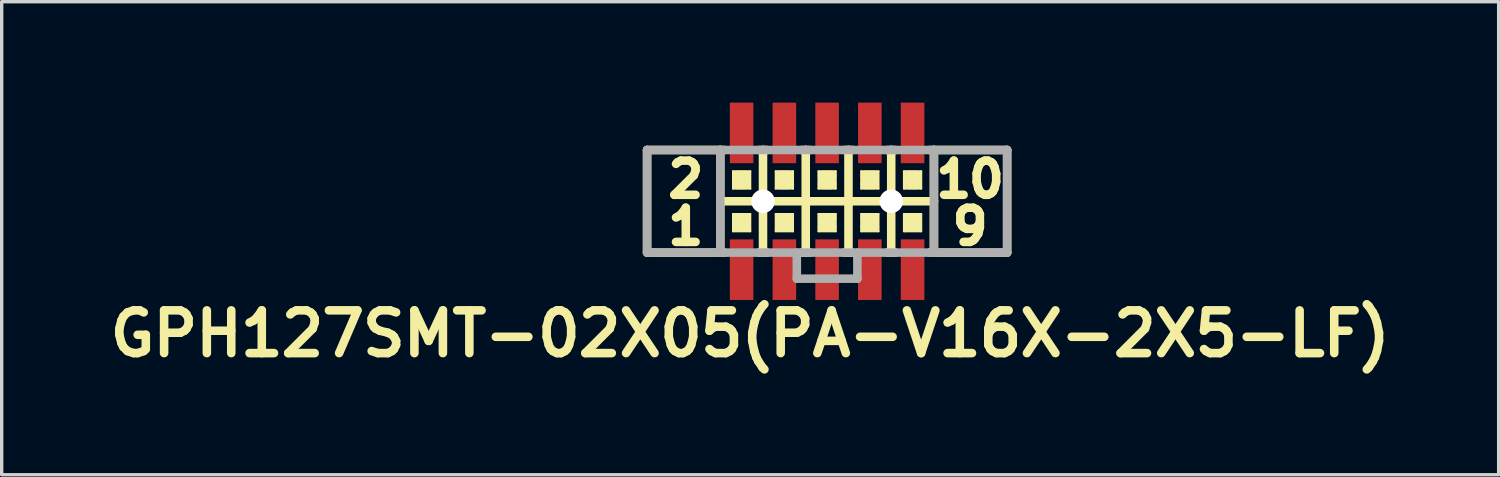
<source format=kicad_pcb>
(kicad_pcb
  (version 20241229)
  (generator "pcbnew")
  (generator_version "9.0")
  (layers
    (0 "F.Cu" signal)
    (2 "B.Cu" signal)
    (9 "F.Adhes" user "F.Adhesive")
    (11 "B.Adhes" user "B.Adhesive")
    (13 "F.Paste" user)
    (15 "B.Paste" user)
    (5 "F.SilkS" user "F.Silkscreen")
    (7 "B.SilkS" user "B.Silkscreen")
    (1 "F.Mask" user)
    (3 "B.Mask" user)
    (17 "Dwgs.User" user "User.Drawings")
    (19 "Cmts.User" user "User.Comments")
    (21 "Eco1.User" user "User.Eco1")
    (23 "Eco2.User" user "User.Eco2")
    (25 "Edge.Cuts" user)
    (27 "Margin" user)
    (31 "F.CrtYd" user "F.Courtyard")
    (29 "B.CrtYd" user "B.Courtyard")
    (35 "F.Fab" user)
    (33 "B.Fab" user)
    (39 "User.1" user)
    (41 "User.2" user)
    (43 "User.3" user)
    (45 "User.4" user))
  (footprint "GPH127SMT-02X05(PA-V16X-2X5-LF)"
    (layer "F.Cu")
    (at 21.53 2.932)
    (property "Reference" "GPH127SMT-02X05(PA-V16X-2X5-LF)" (at -2.286 3.937 0) (layer "F.SilkS") (effects (font (size 1.27 1.27) (thickness 0.254))))
    (attr smd)
    (fp_line (start -5.35 -1.524) (end -5.35 1.524) (stroke (width 0.254) (type solid)) (layer "F.SilkS"))
    (fp_line (start -3.175 -1.524) (end -5.35 -1.524) (stroke (width 0.254) (type solid)) (layer "F.SilkS"))
    (fp_line (start -3.175 -1.524) (end -3.175 0) (stroke (width 0.254) (type solid)) (layer "F.SilkS"))
    (fp_line (start -3.175 0) (end -3.175 1.524) (stroke (width 0.254) (type solid)) (layer "F.SilkS"))
    (fp_line (start -3.175 0) (end -1.905 0) (stroke (width 0.254) (type solid)) (layer "F.SilkS"))
    (fp_line (start -3.175 1.524) (end -5.35 1.524) (stroke (width 0.254) (type solid)) (layer "F.SilkS"))
    (fp_line (start -3.175 1.524) (end -3.048 1.524) (stroke (width 0.254) (type solid)) (layer "F.SilkS"))
    (fp_line (start -3.048 -1.524) (end -3.175 -1.524) (stroke (width 0.254) (type solid)) (layer "F.SilkS"))
    (fp_line (start -2.794 -0.889) (end -2.286 -0.889) (stroke (width 0.066) (type solid)) (layer "F.SilkS"))
    (fp_line (start -2.794 -0.381) (end -2.794 -0.889) (stroke (width 0.066) (type solid)) (layer "F.SilkS"))
    (fp_line (start -2.794 -0.381) (end -2.286 -0.381) (stroke (width 0.066) (type solid)) (layer "F.SilkS"))
    (fp_line (start -2.794 0.381) (end -2.286 0.381) (stroke (width 0.066) (type solid)) (layer "F.SilkS"))
    (fp_line (start -2.794 0.889) (end -2.794 0.381) (stroke (width 0.066) (type solid)) (layer "F.SilkS"))
    (fp_line (start -2.794 0.889) (end -2.286 0.889) (stroke (width 0.066) (type solid)) (layer "F.SilkS"))
    (fp_line (start -2.667 -0.762) (end -2.413 -0.762) (stroke (width 0.3) (type solid)) (layer "F.SilkS"))
    (fp_line (start -2.667 -0.508) (end -2.667 -0.762) (stroke (width 0.254) (type solid)) (layer "F.SilkS"))
    (fp_line (start -2.667 0.508) (end -2.413 0.508) (stroke (width 0.3) (type solid)) (layer "F.SilkS"))
    (fp_line (start -2.667 0.762) (end -2.667 0.508) (stroke (width 0.254) (type solid)) (layer "F.SilkS"))
    (fp_line (start -2.413 -0.762) (end -2.413 -0.508) (stroke (width 0.254) (type solid)) (layer "F.SilkS"))
    (fp_line (start -2.413 -0.508) (end -2.667 -0.508) (stroke (width 0.3) (type solid)) (layer "F.SilkS"))
    (fp_line (start -2.413 0.508) (end -2.413 0.762) (stroke (width 0.254) (type solid)) (layer "F.SilkS"))
    (fp_line (start -2.413 0.762) (end -2.667 0.762) (stroke (width 0.3) (type solid)) (layer "F.SilkS"))
    (fp_line (start -2.286 -0.381) (end -2.286 -0.889) (stroke (width 0.066) (type solid)) (layer "F.SilkS"))
    (fp_line (start -2.286 0.889) (end -2.286 0.381) (stroke (width 0.066) (type solid)) (layer "F.SilkS"))
    (fp_line (start -2.032 -1.524) (end -1.905 -1.524) (stroke (width 0.254) (type solid)) (layer "F.SilkS"))
    (fp_line (start -2.032 1.524) (end -1.905 1.524) (stroke (width 0.254) (type solid)) (layer "F.SilkS"))
    (fp_line (start -1.905 -1.524) (end -1.778 -1.524) (stroke (width 0.254) (type solid)) (layer "F.SilkS"))
    (fp_line (start -1.905 0) (end -1.905 -1.524) (stroke (width 0.254) (type solid)) (layer "F.SilkS"))
    (fp_line (start -1.905 0) (end -0.635 0) (stroke (width 0.254) (type solid)) (layer "F.SilkS"))
    (fp_line (start -1.905 1.524) (end -1.905 0) (stroke (width 0.254) (type solid)) (layer "F.SilkS"))
    (fp_line (start -1.905 1.524) (end -1.778 1.524) (stroke (width 0.254) (type solid)) (layer "F.SilkS"))
    (fp_line (start -1.524 -0.889) (end -1.016 -0.889) (stroke (width 0.066) (type solid)) (layer "F.SilkS"))
    (fp_line (start -1.524 -0.381) (end -1.524 -0.889) (stroke (width 0.066) (type solid)) (layer "F.SilkS"))
    (fp_line (start -1.524 -0.381) (end -1.016 -0.381) (stroke (width 0.066) (type solid)) (layer "F.SilkS"))
    (fp_line (start -1.524 0.381) (end -1.016 0.381) (stroke (width 0.066) (type solid)) (layer "F.SilkS"))
    (fp_line (start -1.524 0.889) (end -1.524 0.381) (stroke (width 0.066) (type solid)) (layer "F.SilkS"))
    (fp_line (start -1.524 0.889) (end -1.016 0.889) (stroke (width 0.066) (type solid)) (layer "F.SilkS"))
    (fp_line (start -1.397 -0.762) (end -1.143 -0.762) (stroke (width 0.3) (type solid)) (layer "F.SilkS"))
    (fp_line (start -1.397 -0.508) (end -1.397 -0.762) (stroke (width 0.254) (type solid)) (layer "F.SilkS"))
    (fp_line (start -1.397 0.508) (end -1.143 0.508) (stroke (width 0.3) (type solid)) (layer "F.SilkS"))
    (fp_line (start -1.397 0.762) (end -1.397 0.508) (stroke (width 0.254) (type solid)) (layer "F.SilkS"))
    (fp_line (start -1.143 -0.762) (end -1.143 -0.508) (stroke (width 0.254) (type solid)) (layer "F.SilkS"))
    (fp_line (start -1.143 -0.508) (end -1.397 -0.508) (stroke (width 0.3) (type solid)) (layer "F.SilkS"))
    (fp_line (start -1.143 0.508) (end -1.143 0.762) (stroke (width 0.254) (type solid)) (layer "F.SilkS"))
    (fp_line (start -1.143 0.762) (end -1.397 0.762) (stroke (width 0.3) (type solid)) (layer "F.SilkS"))
    (fp_line (start -1.016 -0.381) (end -1.016 -0.889) (stroke (width 0.066) (type solid)) (layer "F.SilkS"))
    (fp_line (start -1.016 0.889) (end -1.016 0.381) (stroke (width 0.066) (type solid)) (layer "F.SilkS"))
    (fp_line (start -0.762 -1.524) (end -0.635 -1.524) (stroke (width 0.254) (type solid)) (layer "F.SilkS"))
    (fp_line (start -0.762 1.524) (end -0.635 1.524) (stroke (width 0.254) (type solid)) (layer "F.SilkS"))
    (fp_line (start -0.635 -1.524) (end -0.508 -1.524) (stroke (width 0.254) (type solid)) (layer "F.SilkS"))
    (fp_line (start -0.635 0) (end -0.635 -1.524) (stroke (width 0.254) (type solid)) (layer "F.SilkS"))
    (fp_line (start -0.635 0) (end 0.635 0) (stroke (width 0.254) (type solid)) (layer "F.SilkS"))
    (fp_line (start -0.635 1.524) (end -0.635 0) (stroke (width 0.254) (type solid)) (layer "F.SilkS"))
    (fp_line (start -0.635 1.524) (end -0.508 1.524) (stroke (width 0.254) (type solid)) (layer "F.SilkS"))
    (fp_line (start -0.254 -0.889) (end 0.254 -0.889) (stroke (width 0.066) (type solid)) (layer "F.SilkS"))
    (fp_line (start -0.254 -0.381) (end -0.254 -0.889) (stroke (width 0.066) (type solid)) (layer "F.SilkS"))
    (fp_line (start -0.254 -0.381) (end 0.254 -0.381) (stroke (width 0.066) (type solid)) (layer "F.SilkS"))
    (fp_line (start -0.254 0.381) (end 0.254 0.381) (stroke (width 0.066) (type solid)) (layer "F.SilkS"))
    (fp_line (start -0.254 0.889) (end -0.254 0.381) (stroke (width 0.066) (type solid)) (layer "F.SilkS"))
    (fp_line (start -0.254 0.889) (end 0.254 0.889) (stroke (width 0.066) (type solid)) (layer "F.SilkS"))
    (fp_line (start -0.127 -0.762) (end 0.127 -0.762) (stroke (width 0.3) (type solid)) (layer "F.SilkS"))
    (fp_line (start -0.127 -0.508) (end -0.127 -0.762) (stroke (width 0.254) (type solid)) (layer "F.SilkS"))
    (fp_line (start -0.127 0.508) (end 0.127 0.508) (stroke (width 0.3) (type solid)) (layer "F.SilkS"))
    (fp_line (start -0.127 0.762) (end -0.127 0.508) (stroke (width 0.254) (type solid)) (layer "F.SilkS"))
    (fp_line (start 0.127 -0.762) (end 0.127 -0.508) (stroke (width 0.254) (type solid)) (layer "F.SilkS"))
    (fp_line (start 0.127 -0.508) (end -0.127 -0.508) (stroke (width 0.3) (type solid)) (layer "F.SilkS"))
    (fp_line (start 0.127 0.508) (end 0.127 0.762) (stroke (width 0.254) (type solid)) (layer "F.SilkS"))
    (fp_line (start 0.127 0.762) (end -0.127 0.762) (stroke (width 0.3) (type solid)) (layer "F.SilkS"))
    (fp_line (start 0.254 -0.381) (end 0.254 -0.889) (stroke (width 0.066) (type solid)) (layer "F.SilkS"))
    (fp_line (start 0.254 0.889) (end 0.254 0.381) (stroke (width 0.066) (type solid)) (layer "F.SilkS"))
    (fp_line (start 0.508 -1.524) (end 0.635 -1.524) (stroke (width 0.254) (type solid)) (layer "F.SilkS"))
    (fp_line (start 0.508 1.524) (end 0.635 1.524) (stroke (width 0.254) (type solid)) (layer "F.SilkS"))
    (fp_line (start 0.635 -1.524) (end 0.762 -1.524) (stroke (width 0.254) (type solid)) (layer "F.SilkS"))
    (fp_line (start 0.635 0) (end 0.635 -1.524) (stroke (width 0.254) (type solid)) (layer "F.SilkS"))
    (fp_line (start 0.635 0) (end 1.905 0) (stroke (width 0.254) (type solid)) (layer "F.SilkS"))
    (fp_line (start 0.635 1.524) (end 0.635 0) (stroke (width 0.254) (type solid)) (layer "F.SilkS"))
    (fp_line (start 0.635 1.524) (end 0.762 1.524) (stroke (width 0.254) (type solid)) (layer "F.SilkS"))
    (fp_line (start 1.016 -0.889) (end 1.524 -0.889) (stroke (width 0.066) (type solid)) (layer "F.SilkS"))
    (fp_line (start 1.016 -0.381) (end 1.016 -0.889) (stroke (width 0.066) (type solid)) (layer "F.SilkS"))
    (fp_line (start 1.016 -0.381) (end 1.524 -0.381) (stroke (width 0.066) (type solid)) (layer "F.SilkS"))
    (fp_line (start 1.016 0.381) (end 1.524 0.381) (stroke (width 0.066) (type solid)) (layer "F.SilkS"))
    (fp_line (start 1.016 0.889) (end 1.016 0.381) (stroke (width 0.066) (type solid)) (layer "F.SilkS"))
    (fp_line (start 1.016 0.889) (end 1.524 0.889) (stroke (width 0.066) (type solid)) (layer "F.SilkS"))
    (fp_line (start 1.143 -0.762) (end 1.397 -0.762) (stroke (width 0.3) (type solid)) (layer "F.SilkS"))
    (fp_line (start 1.143 -0.508) (end 1.143 -0.762) (stroke (width 0.254) (type solid)) (layer "F.SilkS"))
    (fp_line (start 1.143 0.508) (end 1.397 0.508) (stroke (width 0.3) (type solid)) (layer "F.SilkS"))
    (fp_line (start 1.143 0.762) (end 1.143 0.508) (stroke (width 0.254) (type solid)) (layer "F.SilkS"))
    (fp_line (start 1.397 -0.762) (end 1.397 -0.508) (stroke (width 0.254) (type solid)) (layer "F.SilkS"))
    (fp_line (start 1.397 -0.508) (end 1.143 -0.508) (stroke (width 0.3) (type solid)) (layer "F.SilkS"))
    (fp_line (start 1.397 0.508) (end 1.397 0.762) (stroke (width 0.254) (type solid)) (layer "F.SilkS"))
    (fp_line (start 1.397 0.762) (end 1.143 0.762) (stroke (width 0.3) (type solid)) (layer "F.SilkS"))
    (fp_line (start 1.524 -0.381) (end 1.524 -0.889) (stroke (width 0.066) (type solid)) (layer "F.SilkS"))
    (fp_line (start 1.524 0.889) (end 1.524 0.381) (stroke (width 0.066) (type solid)) (layer "F.SilkS"))
    (fp_line (start 1.778 -1.524) (end 1.905 -1.524) (stroke (width 0.254) (type solid)) (layer "F.SilkS"))
    (fp_line (start 1.778 1.524) (end 1.905 1.524) (stroke (width 0.254) (type solid)) (layer "F.SilkS"))
    (fp_line (start 1.905 -1.524) (end 2.032 -1.524) (stroke (width 0.254) (type solid)) (layer "F.SilkS"))
    (fp_line (start 1.905 0) (end 1.905 -1.524) (stroke (width 0.254) (type solid)) (layer "F.SilkS"))
    (fp_line (start 1.905 0) (end 3.175 0) (stroke (width 0.254) (type solid)) (layer "F.SilkS"))
    (fp_line (start 1.905 1.524) (end 1.905 0) (stroke (width 0.254) (type solid)) (layer "F.SilkS"))
    (fp_line (start 1.905 1.524) (end 2.032 1.524) (stroke (width 0.254) (type solid)) (layer "F.SilkS"))
    (fp_line (start 2.286 -0.889) (end 2.794 -0.889) (stroke (width 0.066) (type solid)) (layer "F.SilkS"))
    (fp_line (start 2.286 -0.381) (end 2.286 -0.889) (stroke (width 0.066) (type solid)) (layer "F.SilkS"))
    (fp_line (start 2.286 -0.381) (end 2.794 -0.381) (stroke (width 0.066) (type solid)) (layer "F.SilkS"))
    (fp_line (start 2.286 0.381) (end 2.794 0.381) (stroke (width 0.066) (type solid)) (layer "F.SilkS"))
    (fp_line (start 2.286 0.889) (end 2.286 0.381) (stroke (width 0.066) (type solid)) (layer "F.SilkS"))
    (fp_line (start 2.286 0.889) (end 2.794 0.889) (stroke (width 0.066) (type solid)) (layer "F.SilkS"))
    (fp_line (start 2.413 -0.762) (end 2.667 -0.762) (stroke (width 0.3) (type solid)) (layer "F.SilkS"))
    (fp_line (start 2.413 -0.508) (end 2.413 -0.762) (stroke (width 0.254) (type solid)) (layer "F.SilkS"))
    (fp_line (start 2.413 0.508) (end 2.667 0.508) (stroke (width 0.3) (type solid)) (layer "F.SilkS"))
    (fp_line (start 2.413 0.762) (end 2.413 0.508) (stroke (width 0.254) (type solid)) (layer "F.SilkS"))
    (fp_line (start 2.667 -0.762) (end 2.667 -0.508) (stroke (width 0.254) (type solid)) (layer "F.SilkS"))
    (fp_line (start 2.667 -0.508) (end 2.413 -0.508) (stroke (width 0.3) (type solid)) (layer "F.SilkS"))
    (fp_line (start 2.667 0.508) (end 2.667 0.762) (stroke (width 0.254) (type solid)) (layer "F.SilkS"))
    (fp_line (start 2.667 0.762) (end 2.413 0.762) (stroke (width 0.3) (type solid)) (layer "F.SilkS"))
    (fp_line (start 2.794 -0.381) (end 2.794 -0.889) (stroke (width 0.066) (type solid)) (layer "F.SilkS"))
    (fp_line (start 2.794 0.889) (end 2.794 0.381) (stroke (width 0.066) (type solid)) (layer "F.SilkS"))
    (fp_line (start 3.048 -1.524) (end 3.175 -1.524) (stroke (width 0.254) (type solid)) (layer "F.SilkS"))
    (fp_line (start 3.048 1.524) (end 3.175 1.524) (stroke (width 0.254) (type solid)) (layer "F.SilkS"))
    (fp_line (start 3.175 0) (end 3.175 -1.524) (stroke (width 0.254) (type solid)) (layer "F.SilkS"))
    (fp_line (start 3.175 1.524) (end 3.175 0) (stroke (width 0.254) (type solid)) (layer "F.SilkS"))
    (fp_line (start 5.35 -1.524) (end 3.175 -1.524) (stroke (width 0.254) (type solid)) (layer "F.SilkS"))
    (fp_line (start 5.35 1.524) (end 3.175 1.524) (stroke (width 0.254) (type solid)) (layer "F.SilkS"))
    (fp_line (start 5.35 1.524) (end 5.35 -1.524) (stroke (width 0.254) (type solid)) (layer "F.SilkS"))
    (fp_line (start -5.35 -1.524) (end -5.35 1.524) (stroke (width 0.254) (type solid)) (layer "F.Fab"))
    (fp_line (start -3.175 -1.524) (end -5.35 -1.524) (stroke (width 0.254) (type solid)) (layer "F.Fab"))
    (fp_line (start -3.175 -1.524) (end -3.175 1.524) (stroke (width 0.254) (type solid)) (layer "F.Fab"))
    (fp_line (start -3.175 1.524) (end -5.35 1.524) (stroke (width 0.254) (type solid)) (layer "F.Fab"))
    (fp_line (start -3.175 1.524) (end 3.175 1.524) (stroke (width 0.254) (type solid)) (layer "F.Fab"))
    (fp_line (start -0.9 2.3) (end -0.9 1.524) (stroke (width 0.254) (type solid)) (layer "F.Fab"))
    (fp_line (start -0.9 2.3) (end 0.9 2.3) (stroke (width 0.254) (type solid)) (layer "F.Fab"))
    (fp_line (start 0.9 2.3) (end 0.9 1.524) (stroke (width 0.254) (type solid)) (layer "F.Fab"))
    (fp_line (start 3.175 -1.524) (end -3.175 -1.524) (stroke (width 0.254) (type solid)) (layer "F.Fab"))
    (fp_line (start 3.175 1.524) (end 3.175 -1.524) (stroke (width 0.254) (type solid)) (layer "F.Fab"))
    (fp_line (start 5.35 -1.524) (end 3.175 -1.524) (stroke (width 0.254) (type solid)) (layer "F.Fab"))
    (fp_line (start 5.35 1.524) (end 3.175 1.524) (stroke (width 0.254) (type solid)) (layer "F.Fab"))
    (fp_line (start 5.35 1.524) (end 5.35 -1.524) (stroke (width 0.254) (type solid)) (layer "F.Fab"))
    (fp_text user "1" (at -4.2 0.75 0) (layer "F.SilkS") (effects (font (size 1.016 1.016) (thickness 0.254))))
    (fp_text user "9" (at 4.25 0.75 0) (layer "F.SilkS") (effects (font (size 1.016 1.016) (thickness 0.254))))
    (fp_text user "2" (at -4.2 -0.65 0) (layer "F.SilkS") (effects (font (size 1.016 1.016) (thickness 0.254))))
    (fp_text user "10" (at 4.25 -0.65 0) (layer "F.SilkS") (effects (font (size 1.016 1.016) (thickness 0.254))))
    (pad "" np_thru_hole circle (at -1.905 0) (size 0.7 0.7) (drill 0.7) (layers "*.Cu" "*.Mask"))
    (pad "" np_thru_hole circle (at 1.905 0) (size 0.7 0.7) (drill 0.7) (layers "*.Cu" "*.Mask"))
    (pad "1" smd rect (at -2.54 2.032 270) (size 1.8 0.7) (layers "F.Cu" "F.Mask" "F.Paste"))
    (pad "2" smd rect (at -2.54 -2.032 270) (size 1.8 0.7) (layers "F.Cu" "F.Mask" "F.Paste"))
    (pad "3" smd rect (at -1.27 2.032 270) (size 1.8 0.7) (layers "F.Cu" "F.Mask" "F.Paste"))
    (pad "4" smd rect (at -1.27 -2.032 270) (size 1.8 0.7) (layers "F.Cu" "F.Mask" "F.Paste"))
    (pad "5" smd rect (at 0 2.032 270) (size 1.8 0.7) (layers "F.Cu" "F.Mask" "F.Paste"))
    (pad "6" smd rect (at 0 -2.032 270) (size 1.8 0.7) (layers "F.Cu" "F.Mask" "F.Paste"))
    (pad "7" smd rect (at 1.27 2.032 270) (size 1.8 0.7) (layers "F.Cu" "F.Mask" "F.Paste"))
    (pad "8" smd rect (at 1.27 -2.032 270) (size 1.8 0.7) (layers "F.Cu" "F.Mask" "F.Paste"))
    (pad "9" smd rect (at 2.54 2.032 270) (size 1.8 0.7) (layers "F.Cu" "F.Mask" "F.Paste"))
    (pad "10" smd rect (at 2.54 -2.032 270) (size 1.8 0.7) (layers "F.Cu" "F.Mask" "F.Paste")))
  (gr_rect
    (start -3 -3)
    (end 41.487 11.058)
    (stroke (width 0.1) (type default))
    (fill no)
    (layer "Edge.Cuts")))
</source>
